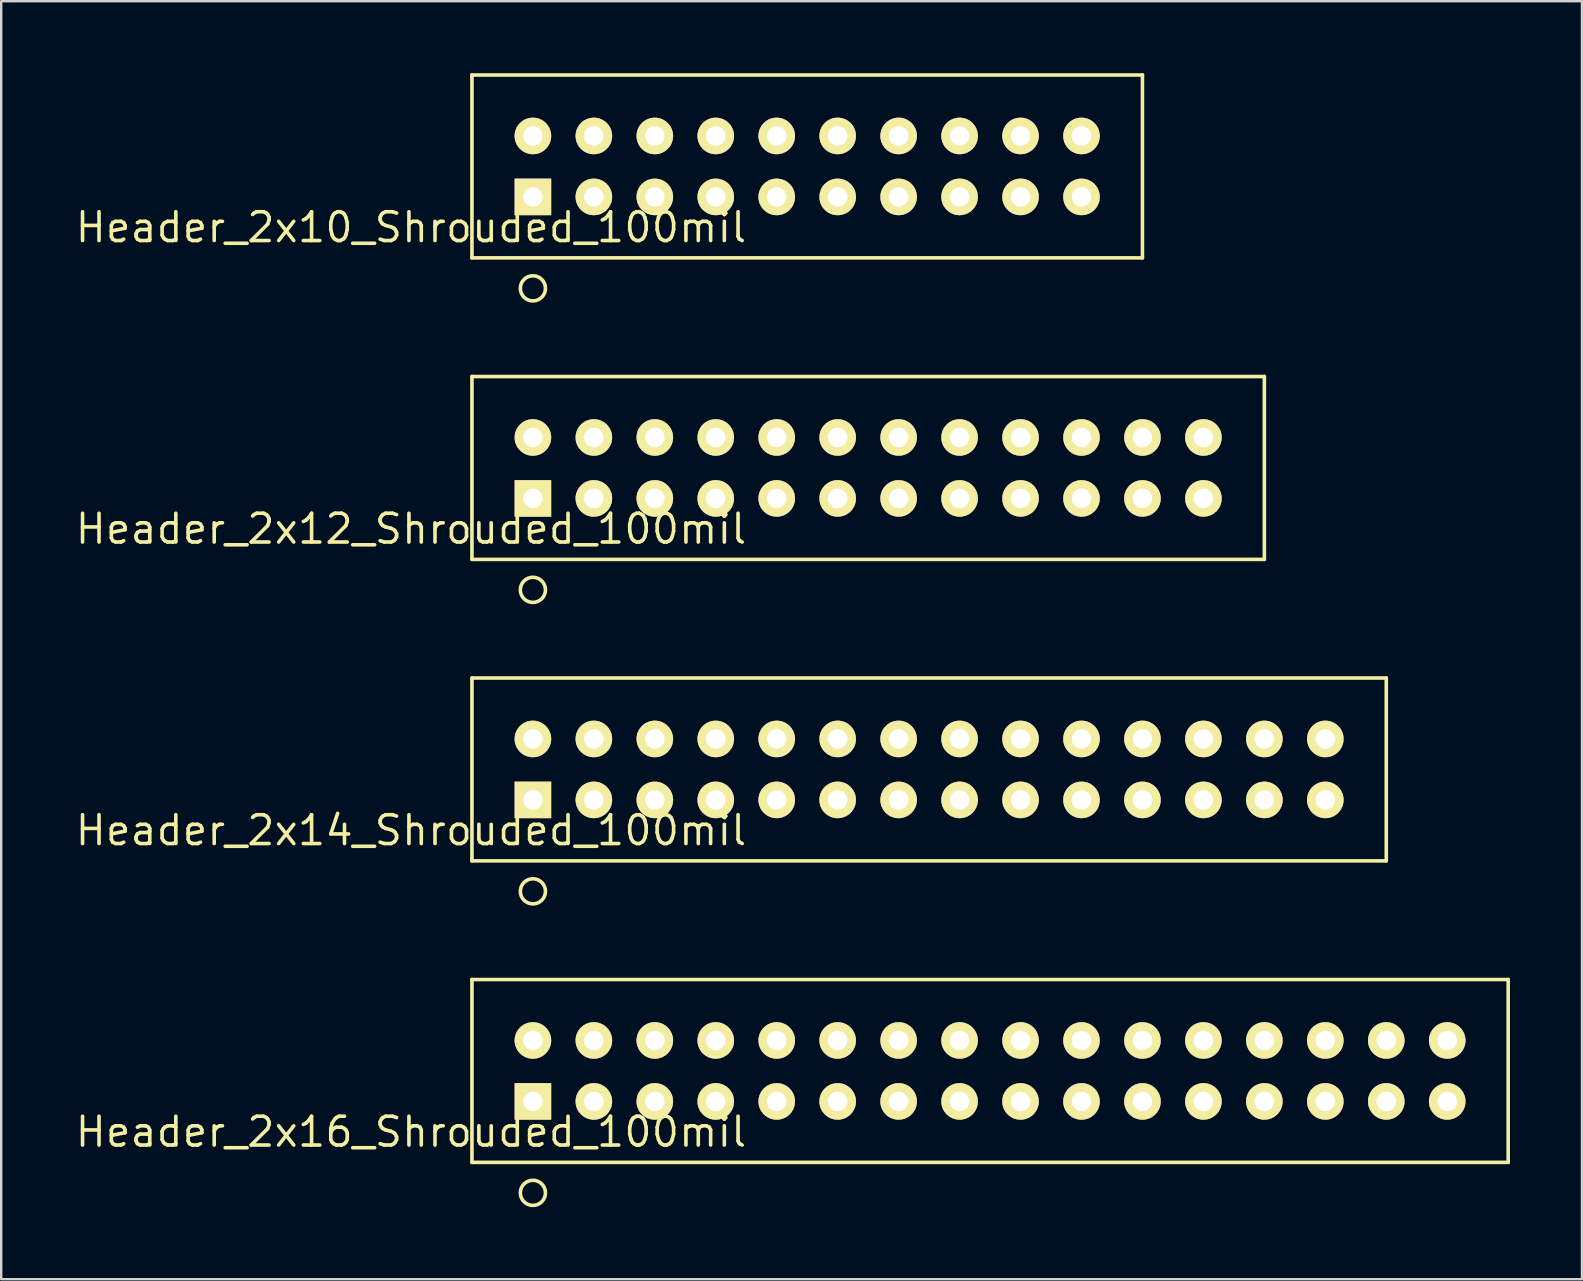
<source format=kicad_pcb>
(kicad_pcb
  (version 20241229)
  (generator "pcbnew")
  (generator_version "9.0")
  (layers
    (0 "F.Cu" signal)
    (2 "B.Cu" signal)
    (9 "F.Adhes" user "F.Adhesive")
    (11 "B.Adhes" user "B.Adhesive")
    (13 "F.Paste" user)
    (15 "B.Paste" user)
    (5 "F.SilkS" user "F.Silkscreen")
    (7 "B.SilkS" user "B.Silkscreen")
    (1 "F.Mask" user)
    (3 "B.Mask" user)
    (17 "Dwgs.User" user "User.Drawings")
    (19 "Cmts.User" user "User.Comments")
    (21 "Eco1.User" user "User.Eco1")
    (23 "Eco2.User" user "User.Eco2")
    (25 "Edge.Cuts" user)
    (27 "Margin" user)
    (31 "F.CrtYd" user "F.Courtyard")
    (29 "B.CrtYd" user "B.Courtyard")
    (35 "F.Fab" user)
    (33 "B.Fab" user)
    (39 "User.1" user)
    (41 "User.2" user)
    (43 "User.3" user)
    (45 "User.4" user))
  (footprint "Header_2x14_Shrouded_100mil"
    (layer "F.Cu")
    (at 19.156 30.282)
    (property "Reference" "Header_2x14_Shrouded_100mil" (at -5.08 1.27 180) (layer "F.SilkS") (effects (font (size 1.2 1.2) (thickness 0.15))))
    (attr through_hole)
    (fp_line (start -2.54 -5.08) (end -2.54 2.54) (stroke (width 0.15) (type solid)) (layer "F.SilkS"))
    (fp_line (start -2.54 2.54) (end 35.56 2.54) (stroke (width 0.15) (type solid)) (layer "F.SilkS"))
    (fp_line (start 35.56 -5.08) (end -2.54 -5.08) (stroke (width 0.15) (type solid)) (layer "F.SilkS"))
    (fp_line (start 35.56 -5.08) (end 35.56 2.54) (stroke (width 0.15) (type solid)) (layer "F.SilkS"))
    (fp_circle (center 0 3.81) (end 0.508 3.937) (stroke (width 0.15) (type solid)) (fill no) (layer "F.SilkS"))
    (pad "1" thru_hole rect (at 0 0) (size 1.524 1.524) (drill 0.813) (layers "*.Cu" "*.Mask" "F.SilkS"))
    (pad "2" thru_hole circle (at 0 -2.54) (size 1.524 1.524) (drill 0.813) (layers "*.Cu" "*.Mask" "F.SilkS"))
    (pad "3" thru_hole circle (at 2.54 0) (size 1.524 1.524) (drill 0.813) (layers "*.Cu" "*.Mask" "F.SilkS"))
    (pad "4" thru_hole circle (at 2.54 -2.54) (size 1.524 1.524) (drill 0.813) (layers "*.Cu" "*.Mask" "F.SilkS"))
    (pad "5" thru_hole circle (at 5.08 0) (size 1.524 1.524) (drill 0.813) (layers "*.Cu" "*.Mask" "F.SilkS"))
    (pad "6" thru_hole circle (at 5.08 -2.54) (size 1.524 1.524) (drill 0.813) (layers "*.Cu" "*.Mask" "F.SilkS"))
    (pad "7" thru_hole circle (at 7.62 0) (size 1.524 1.524) (drill 0.813) (layers "*.Cu" "*.Mask" "F.SilkS"))
    (pad "8" thru_hole circle (at 7.62 -2.54) (size 1.524 1.524) (drill 0.813) (layers "*.Cu" "*.Mask" "F.SilkS"))
    (pad "9" thru_hole circle (at 10.16 0) (size 1.524 1.524) (drill 0.813) (layers "*.Cu" "*.Mask" "F.SilkS"))
    (pad "10" thru_hole circle (at 10.16 -2.54) (size 1.524 1.524) (drill 0.813) (layers "*.Cu" "*.Mask" "F.SilkS"))
    (pad "11" thru_hole circle (at 12.7 0) (size 1.524 1.524) (drill 0.813) (layers "*.Cu" "*.Mask" "F.SilkS"))
    (pad "12" thru_hole circle (at 12.7 -2.54) (size 1.524 1.524) (drill 0.813) (layers "*.Cu" "*.Mask" "F.SilkS"))
    (pad "13" thru_hole circle (at 15.24 0) (size 1.524 1.524) (drill 0.813) (layers "*.Cu" "*.Mask" "F.SilkS"))
    (pad "14" thru_hole circle (at 15.24 -2.54) (size 1.524 1.524) (drill 0.813) (layers "*.Cu" "*.Mask" "F.SilkS"))
    (pad "15" thru_hole circle (at 17.78 0) (size 1.524 1.524) (drill 0.813) (layers "*.Cu" "*.Mask" "F.SilkS"))
    (pad "16" thru_hole circle (at 17.78 -2.54) (size 1.524 1.524) (drill 0.813) (layers "*.Cu" "*.Mask" "F.SilkS"))
    (pad "17" thru_hole circle (at 20.32 0) (size 1.524 1.524) (drill 0.813) (layers "*.Cu" "*.Mask" "F.SilkS"))
    (pad "18" thru_hole circle (at 20.32 -2.54) (size 1.524 1.524) (drill 0.813) (layers "*.Cu" "*.Mask" "F.SilkS"))
    (pad "19" thru_hole circle (at 22.86 0) (size 1.524 1.524) (drill 0.813) (layers "*.Cu" "*.Mask" "F.SilkS"))
    (pad "20" thru_hole circle (at 22.86 -2.54) (size 1.524 1.524) (drill 0.813) (layers "*.Cu" "*.Mask" "F.SilkS"))
    (pad "21" thru_hole circle (at 25.4 0) (size 1.524 1.524) (drill 0.813) (layers "*.Cu" "*.Mask" "F.SilkS"))
    (pad "22" thru_hole circle (at 25.4 -2.54) (size 1.524 1.524) (drill 0.813) (layers "*.Cu" "*.Mask" "F.SilkS"))
    (pad "23" thru_hole circle (at 27.94 0) (size 1.524 1.524) (drill 0.813) (layers "*.Cu" "*.Mask" "F.SilkS"))
    (pad "24" thru_hole circle (at 27.94 -2.54) (size 1.524 1.524) (drill 0.813) (layers "*.Cu" "*.Mask" "F.SilkS"))
    (pad "25" thru_hole circle (at 30.48 0) (size 1.524 1.524) (drill 0.813) (layers "*.Cu" "*.Mask" "F.SilkS"))
    (pad "26" thru_hole circle (at 30.48 -2.54) (size 1.524 1.524) (drill 0.813) (layers "*.Cu" "*.Mask" "F.SilkS"))
    (pad "27" thru_hole circle (at 33.02 0) (size 1.524 1.524) (drill 0.813) (layers "*.Cu" "*.Mask" "F.SilkS"))
    (pad "28" thru_hole circle (at 33.02 -2.54) (size 1.524 1.524) (drill 0.813) (layers "*.Cu" "*.Mask" "F.SilkS")))
  (footprint "Header_2x16_Shrouded_100mil"
    (layer "F.Cu")
    (at 19.156 42.846)
    (property "Reference" "Header_2x16_Shrouded_100mil" (at -5.08 1.27 180) (layer "F.SilkS") (effects (font (size 1.2 1.2) (thickness 0.15))))
    (attr through_hole)
    (fp_line (start -2.54 -5.08) (end -2.54 2.54) (stroke (width 0.15) (type solid)) (layer "F.SilkS"))
    (fp_line (start -2.54 2.54) (end 40.64 2.54) (stroke (width 0.15) (type solid)) (layer "F.SilkS"))
    (fp_line (start 40.64 -5.08) (end -2.54 -5.08) (stroke (width 0.15) (type solid)) (layer "F.SilkS"))
    (fp_line (start 40.64 -5.08) (end 40.64 2.54) (stroke (width 0.15) (type solid)) (layer "F.SilkS"))
    (fp_circle (center 0 3.81) (end 0.508 3.937) (stroke (width 0.15) (type solid)) (fill no) (layer "F.SilkS"))
    (pad "1" thru_hole rect (at 0 0) (size 1.524 1.524) (drill 0.813) (layers "*.Cu" "*.Mask" "F.SilkS"))
    (pad "2" thru_hole circle (at 0 -2.54) (size 1.524 1.524) (drill 0.813) (layers "*.Cu" "*.Mask" "F.SilkS"))
    (pad "3" thru_hole circle (at 2.54 0) (size 1.524 1.524) (drill 0.813) (layers "*.Cu" "*.Mask" "F.SilkS"))
    (pad "4" thru_hole circle (at 2.54 -2.54) (size 1.524 1.524) (drill 0.813) (layers "*.Cu" "*.Mask" "F.SilkS"))
    (pad "5" thru_hole circle (at 5.08 0) (size 1.524 1.524) (drill 0.813) (layers "*.Cu" "*.Mask" "F.SilkS"))
    (pad "6" thru_hole circle (at 5.08 -2.54) (size 1.524 1.524) (drill 0.813) (layers "*.Cu" "*.Mask" "F.SilkS"))
    (pad "7" thru_hole circle (at 7.62 0) (size 1.524 1.524) (drill 0.813) (layers "*.Cu" "*.Mask" "F.SilkS"))
    (pad "8" thru_hole circle (at 7.62 -2.54) (size 1.524 1.524) (drill 0.813) (layers "*.Cu" "*.Mask" "F.SilkS"))
    (pad "9" thru_hole circle (at 10.16 0) (size 1.524 1.524) (drill 0.813) (layers "*.Cu" "*.Mask" "F.SilkS"))
    (pad "10" thru_hole circle (at 10.16 -2.54) (size 1.524 1.524) (drill 0.813) (layers "*.Cu" "*.Mask" "F.SilkS"))
    (pad "11" thru_hole circle (at 12.7 0) (size 1.524 1.524) (drill 0.813) (layers "*.Cu" "*.Mask" "F.SilkS"))
    (pad "12" thru_hole circle (at 12.7 -2.54) (size 1.524 1.524) (drill 0.813) (layers "*.Cu" "*.Mask" "F.SilkS"))
    (pad "13" thru_hole circle (at 15.24 0) (size 1.524 1.524) (drill 0.813) (layers "*.Cu" "*.Mask" "F.SilkS"))
    (pad "14" thru_hole circle (at 15.24 -2.54) (size 1.524 1.524) (drill 0.813) (layers "*.Cu" "*.Mask" "F.SilkS"))
    (pad "15" thru_hole circle (at 17.78 0) (size 1.524 1.524) (drill 0.813) (layers "*.Cu" "*.Mask" "F.SilkS"))
    (pad "16" thru_hole circle (at 17.78 -2.54) (size 1.524 1.524) (drill 0.813) (layers "*.Cu" "*.Mask" "F.SilkS"))
    (pad "17" thru_hole circle (at 20.32 0) (size 1.524 1.524) (drill 0.813) (layers "*.Cu" "*.Mask" "F.SilkS"))
    (pad "18" thru_hole circle (at 20.32 -2.54) (size 1.524 1.524) (drill 0.813) (layers "*.Cu" "*.Mask" "F.SilkS"))
    (pad "19" thru_hole circle (at 22.86 0) (size 1.524 1.524) (drill 0.813) (layers "*.Cu" "*.Mask" "F.SilkS"))
    (pad "20" thru_hole circle (at 22.86 -2.54) (size 1.524 1.524) (drill 0.813) (layers "*.Cu" "*.Mask" "F.SilkS"))
    (pad "21" thru_hole circle (at 25.4 0) (size 1.524 1.524) (drill 0.813) (layers "*.Cu" "*.Mask" "F.SilkS"))
    (pad "22" thru_hole circle (at 25.4 -2.54) (size 1.524 1.524) (drill 0.813) (layers "*.Cu" "*.Mask" "F.SilkS"))
    (pad "23" thru_hole circle (at 27.94 0) (size 1.524 1.524) (drill 0.813) (layers "*.Cu" "*.Mask" "F.SilkS"))
    (pad "24" thru_hole circle (at 27.94 -2.54) (size 1.524 1.524) (drill 0.813) (layers "*.Cu" "*.Mask" "F.SilkS"))
    (pad "25" thru_hole circle (at 30.48 0) (size 1.524 1.524) (drill 0.813) (layers "*.Cu" "*.Mask" "F.SilkS"))
    (pad "26" thru_hole circle (at 30.48 -2.54) (size 1.524 1.524) (drill 0.813) (layers "*.Cu" "*.Mask" "F.SilkS"))
    (pad "27" thru_hole circle (at 33.02 0) (size 1.524 1.524) (drill 0.813) (layers "*.Cu" "*.Mask" "F.SilkS"))
    (pad "28" thru_hole circle (at 33.02 -2.54) (size 1.524 1.524) (drill 0.813) (layers "*.Cu" "*.Mask" "F.SilkS"))
    (pad "29" thru_hole circle (at 35.56 0) (size 1.524 1.524) (drill 0.813) (layers "*.Cu" "*.Mask" "F.SilkS"))
    (pad "30" thru_hole circle (at 35.56 -2.54) (size 1.524 1.524) (drill 0.813) (layers "*.Cu" "*.Mask" "F.SilkS"))
    (pad "31" thru_hole circle (at 38.1 0) (size 1.524 1.524) (drill 0.813) (layers "*.Cu" "*.Mask" "F.SilkS"))
    (pad "32" thru_hole circle (at 38.1 -2.54) (size 1.524 1.524) (drill 0.813) (layers "*.Cu" "*.Mask" "F.SilkS")))
  (footprint "Header_2x10_Shrouded_100mil"
    (layer "F.Cu")
    (at 19.156 5.155)
    (property "Reference" "Header_2x10_Shrouded_100mil" (at -5.08 1.27 180) (layer "F.SilkS") (effects (font (size 1.2 1.2) (thickness 0.15))))
    (attr through_hole)
    (fp_line (start -2.54 -5.08) (end -2.54 2.54) (stroke (width 0.15) (type solid)) (layer "F.SilkS"))
    (fp_line (start -2.54 2.54) (end 25.4 2.54) (stroke (width 0.15) (type solid)) (layer "F.SilkS"))
    (fp_line (start 25.4 -5.08) (end -2.54 -5.08) (stroke (width 0.15) (type solid)) (layer "F.SilkS"))
    (fp_line (start 25.4 -5.08) (end 25.4 2.54) (stroke (width 0.15) (type solid)) (layer "F.SilkS"))
    (fp_circle (center 0 3.81) (end 0.508 3.937) (stroke (width 0.15) (type solid)) (fill no) (layer "F.SilkS"))
    (pad "1" thru_hole rect (at 0 0) (size 1.524 1.524) (drill 0.813) (layers "*.Cu" "*.Mask" "F.SilkS"))
    (pad "2" thru_hole circle (at 0 -2.54) (size 1.524 1.524) (drill 0.813) (layers "*.Cu" "*.Mask" "F.SilkS"))
    (pad "3" thru_hole circle (at 2.54 0) (size 1.524 1.524) (drill 0.813) (layers "*.Cu" "*.Mask" "F.SilkS"))
    (pad "4" thru_hole circle (at 2.54 -2.54) (size 1.524 1.524) (drill 0.813) (layers "*.Cu" "*.Mask" "F.SilkS"))
    (pad "5" thru_hole circle (at 5.08 0) (size 1.524 1.524) (drill 0.813) (layers "*.Cu" "*.Mask" "F.SilkS"))
    (pad "6" thru_hole circle (at 5.08 -2.54) (size 1.524 1.524) (drill 0.813) (layers "*.Cu" "*.Mask" "F.SilkS"))
    (pad "7" thru_hole circle (at 7.62 0) (size 1.524 1.524) (drill 0.813) (layers "*.Cu" "*.Mask" "F.SilkS"))
    (pad "8" thru_hole circle (at 7.62 -2.54) (size 1.524 1.524) (drill 0.813) (layers "*.Cu" "*.Mask" "F.SilkS"))
    (pad "9" thru_hole circle (at 10.16 0) (size 1.524 1.524) (drill 0.813) (layers "*.Cu" "*.Mask" "F.SilkS"))
    (pad "10" thru_hole circle (at 10.16 -2.54) (size 1.524 1.524) (drill 0.813) (layers "*.Cu" "*.Mask" "F.SilkS"))
    (pad "11" thru_hole circle (at 12.7 0) (size 1.524 1.524) (drill 0.813) (layers "*.Cu" "*.Mask" "F.SilkS"))
    (pad "12" thru_hole circle (at 12.7 -2.54) (size 1.524 1.524) (drill 0.813) (layers "*.Cu" "*.Mask" "F.SilkS"))
    (pad "13" thru_hole circle (at 15.24 0) (size 1.524 1.524) (drill 0.813) (layers "*.Cu" "*.Mask" "F.SilkS"))
    (pad "14" thru_hole circle (at 15.24 -2.54) (size 1.524 1.524) (drill 0.813) (layers "*.Cu" "*.Mask" "F.SilkS"))
    (pad "15" thru_hole circle (at 17.78 0) (size 1.524 1.524) (drill 0.813) (layers "*.Cu" "*.Mask" "F.SilkS"))
    (pad "16" thru_hole circle (at 17.78 -2.54) (size 1.524 1.524) (drill 0.813) (layers "*.Cu" "*.Mask" "F.SilkS"))
    (pad "17" thru_hole circle (at 20.32 0) (size 1.524 1.524) (drill 0.813) (layers "*.Cu" "*.Mask" "F.SilkS"))
    (pad "18" thru_hole circle (at 20.32 -2.54) (size 1.524 1.524) (drill 0.813) (layers "*.Cu" "*.Mask" "F.SilkS"))
    (pad "19" thru_hole circle (at 22.86 0) (size 1.524 1.524) (drill 0.813) (layers "*.Cu" "*.Mask" "F.SilkS"))
    (pad "20" thru_hole circle (at 22.86 -2.54) (size 1.524 1.524) (drill 0.813) (layers "*.Cu" "*.Mask" "F.SilkS")))
  (footprint "Header_2x12_Shrouded_100mil"
    (layer "F.Cu")
    (at 19.156 17.719)
    (property "Reference" "Header_2x12_Shrouded_100mil" (at -5.08 1.27 180) (layer "F.SilkS") (effects (font (size 1.2 1.2) (thickness 0.15))))
    (attr through_hole)
    (fp_line (start -2.54 -5.08) (end -2.54 2.54) (stroke (width 0.15) (type solid)) (layer "F.SilkS"))
    (fp_line (start -2.54 2.54) (end 30.48 2.54) (stroke (width 0.15) (type solid)) (layer "F.SilkS"))
    (fp_line (start 30.48 -5.08) (end -2.54 -5.08) (stroke (width 0.15) (type solid)) (layer "F.SilkS"))
    (fp_line (start 30.48 -5.08) (end 30.48 2.54) (stroke (width 0.15) (type solid)) (layer "F.SilkS"))
    (fp_circle (center 0 3.81) (end 0.508 3.937) (stroke (width 0.15) (type solid)) (fill no) (layer "F.SilkS"))
    (pad "1" thru_hole rect (at 0 0) (size 1.524 1.524) (drill 0.813) (layers "*.Cu" "*.Mask" "F.SilkS"))
    (pad "2" thru_hole circle (at 0 -2.54) (size 1.524 1.524) (drill 0.813) (layers "*.Cu" "*.Mask" "F.SilkS"))
    (pad "3" thru_hole circle (at 2.54 0) (size 1.524 1.524) (drill 0.813) (layers "*.Cu" "*.Mask" "F.SilkS"))
    (pad "4" thru_hole circle (at 2.54 -2.54) (size 1.524 1.524) (drill 0.813) (layers "*.Cu" "*.Mask" "F.SilkS"))
    (pad "5" thru_hole circle (at 5.08 0) (size 1.524 1.524) (drill 0.813) (layers "*.Cu" "*.Mask" "F.SilkS"))
    (pad "6" thru_hole circle (at 5.08 -2.54) (size 1.524 1.524) (drill 0.813) (layers "*.Cu" "*.Mask" "F.SilkS"))
    (pad "7" thru_hole circle (at 7.62 0) (size 1.524 1.524) (drill 0.813) (layers "*.Cu" "*.Mask" "F.SilkS"))
    (pad "8" thru_hole circle (at 7.62 -2.54) (size 1.524 1.524) (drill 0.813) (layers "*.Cu" "*.Mask" "F.SilkS"))
    (pad "9" thru_hole circle (at 10.16 0) (size 1.524 1.524) (drill 0.813) (layers "*.Cu" "*.Mask" "F.SilkS"))
    (pad "10" thru_hole circle (at 10.16 -2.54) (size 1.524 1.524) (drill 0.813) (layers "*.Cu" "*.Mask" "F.SilkS"))
    (pad "11" thru_hole circle (at 12.7 0) (size 1.524 1.524) (drill 0.813) (layers "*.Cu" "*.Mask" "F.SilkS"))
    (pad "12" thru_hole circle (at 12.7 -2.54) (size 1.524 1.524) (drill 0.813) (layers "*.Cu" "*.Mask" "F.SilkS"))
    (pad "13" thru_hole circle (at 15.24 0) (size 1.524 1.524) (drill 0.813) (layers "*.Cu" "*.Mask" "F.SilkS"))
    (pad "14" thru_hole circle (at 15.24 -2.54) (size 1.524 1.524) (drill 0.813) (layers "*.Cu" "*.Mask" "F.SilkS"))
    (pad "15" thru_hole circle (at 17.78 0) (size 1.524 1.524) (drill 0.813) (layers "*.Cu" "*.Mask" "F.SilkS"))
    (pad "16" thru_hole circle (at 17.78 -2.54) (size 1.524 1.524) (drill 0.813) (layers "*.Cu" "*.Mask" "F.SilkS"))
    (pad "17" thru_hole circle (at 20.32 0) (size 1.524 1.524) (drill 0.813) (layers "*.Cu" "*.Mask" "F.SilkS"))
    (pad "18" thru_hole circle (at 20.32 -2.54) (size 1.524 1.524) (drill 0.813) (layers "*.Cu" "*.Mask" "F.SilkS"))
    (pad "19" thru_hole circle (at 22.86 0) (size 1.524 1.524) (drill 0.813) (layers "*.Cu" "*.Mask" "F.SilkS"))
    (pad "20" thru_hole circle (at 22.86 -2.54) (size 1.524 1.524) (drill 0.813) (layers "*.Cu" "*.Mask" "F.SilkS"))
    (pad "21" thru_hole circle (at 25.4 0) (size 1.524 1.524) (drill 0.813) (layers "*.Cu" "*.Mask" "F.SilkS"))
    (pad "22" thru_hole circle (at 25.4 -2.54) (size 1.524 1.524) (drill 0.813) (layers "*.Cu" "*.Mask" "F.SilkS"))
    (pad "23" thru_hole circle (at 27.94 0) (size 1.524 1.524) (drill 0.813) (layers "*.Cu" "*.Mask" "F.SilkS"))
    (pad "24" thru_hole circle (at 27.94 -2.54) (size 1.524 1.524) (drill 0.813) (layers "*.Cu" "*.Mask" "F.SilkS")))
  (gr_rect
    (start -3 -3)
    (end 62.871 50.255)
    (stroke (width 0.1) (type default))
    (fill no)
    (layer "Edge.Cuts")))
</source>
